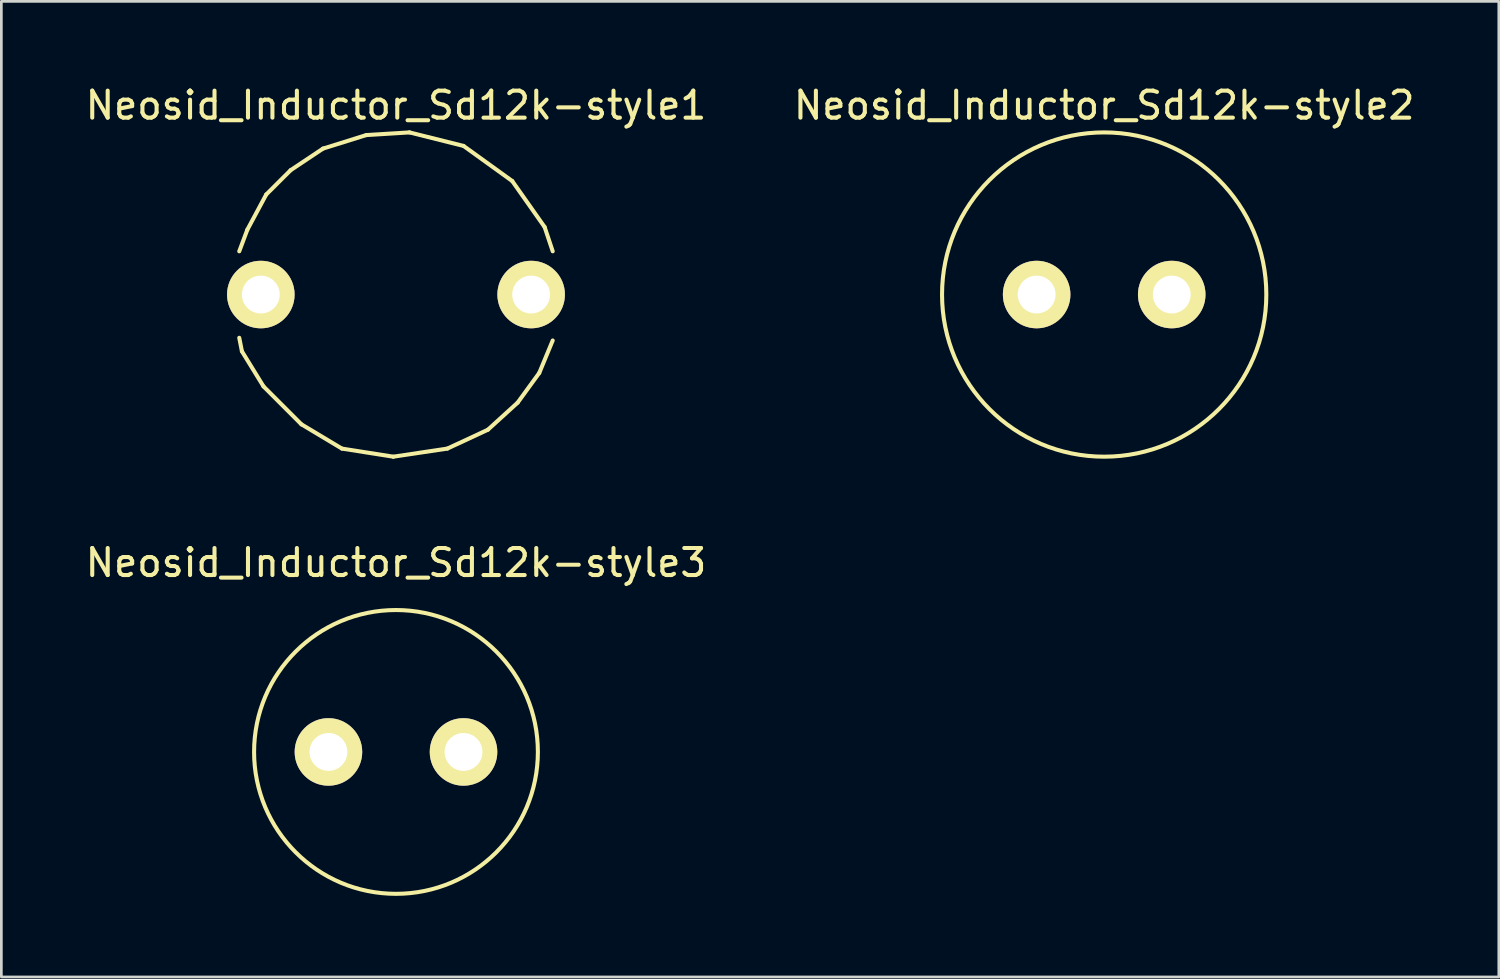
<source format=kicad_pcb>
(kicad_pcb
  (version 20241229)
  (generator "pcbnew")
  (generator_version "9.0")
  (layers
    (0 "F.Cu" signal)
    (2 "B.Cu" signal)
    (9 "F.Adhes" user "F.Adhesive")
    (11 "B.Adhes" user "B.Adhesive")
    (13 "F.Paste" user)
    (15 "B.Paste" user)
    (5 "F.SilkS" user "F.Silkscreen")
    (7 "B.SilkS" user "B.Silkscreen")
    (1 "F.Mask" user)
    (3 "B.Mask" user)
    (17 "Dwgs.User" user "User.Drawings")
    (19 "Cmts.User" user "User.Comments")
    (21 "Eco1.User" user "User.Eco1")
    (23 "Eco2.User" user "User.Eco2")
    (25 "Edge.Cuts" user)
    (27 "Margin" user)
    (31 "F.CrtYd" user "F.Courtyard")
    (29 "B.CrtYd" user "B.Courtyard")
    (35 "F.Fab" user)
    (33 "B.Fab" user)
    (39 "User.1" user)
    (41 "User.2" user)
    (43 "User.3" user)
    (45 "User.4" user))
  (footprint "Neosid_Inductor_Sd12k-style1"
    (layer "F.Cu")
    (at 11.601 7.848)
    (property "Reference" "Neosid_Inductor_Sd12k-style1" (at 0 -7 0) (layer "F.SilkS") (effects (font (size 1 1) (thickness 0.15))))
    (attr through_hole)
    (fp_line (start -5.799 -1.6) (end -5.499 -2.4) (stroke (width 0.15) (type solid)) (layer "F.SilkS"))
    (fp_line (start -5.7 2.101) (end -5.799 1.6) (stroke (width 0.15) (type solid)) (layer "F.SilkS"))
    (fp_line (start -5.499 -2.4) (end -4.801 -3.701) (stroke (width 0.15) (type solid)) (layer "F.SilkS"))
    (fp_line (start -4.9 3.401) (end -5.7 2.101) (stroke (width 0.15) (type solid)) (layer "F.SilkS"))
    (fp_line (start -4.801 -3.701) (end -3.899 -4.6) (stroke (width 0.15) (type solid)) (layer "F.SilkS"))
    (fp_line (start -3.899 -4.6) (end -2.7 -5.4) (stroke (width 0.15) (type solid)) (layer "F.SilkS"))
    (fp_line (start -3.5 4.801) (end -4.9 3.401) (stroke (width 0.15) (type solid)) (layer "F.SilkS"))
    (fp_line (start -2.7 -5.4) (end -1.1 -5.9) (stroke (width 0.15) (type solid)) (layer "F.SilkS"))
    (fp_line (start -1.999 5.7) (end -3.5 4.801) (stroke (width 0.15) (type solid)) (layer "F.SilkS"))
    (fp_line (start -1.1 -5.9) (end 0.5 -5.999) (stroke (width 0.15) (type solid)) (layer "F.SilkS"))
    (fp_line (start -0.099 5.999) (end -1.999 5.7) (stroke (width 0.15) (type solid)) (layer "F.SilkS"))
    (fp_line (start 0.5 -5.999) (end 2.499 -5.499) (stroke (width 0.15) (type solid)) (layer "F.SilkS"))
    (fp_line (start 1.9 5.7) (end -0.099 5.999) (stroke (width 0.15) (type solid)) (layer "F.SilkS"))
    (fp_line (start 2.499 -5.499) (end 4.3 -4.201) (stroke (width 0.15) (type solid)) (layer "F.SilkS"))
    (fp_line (start 3.401 5.001) (end 1.9 5.7) (stroke (width 0.15) (type solid)) (layer "F.SilkS"))
    (fp_line (start 4.3 -4.201) (end 5.499 -2.499) (stroke (width 0.15) (type solid)) (layer "F.SilkS"))
    (fp_line (start 4.501 4) (end 3.401 5.001) (stroke (width 0.15) (type solid)) (layer "F.SilkS"))
    (fp_line (start 5.301 2.901) (end 4.501 4) (stroke (width 0.15) (type solid)) (layer "F.SilkS"))
    (fp_line (start 5.499 -2.499) (end 5.799 -1.6) (stroke (width 0.15) (type solid)) (layer "F.SilkS"))
    (fp_line (start 5.799 1.699) (end 5.301 2.901) (stroke (width 0.15) (type solid)) (layer "F.SilkS"))
    (pad "1" thru_hole circle (at -5.001 0) (size 2.499 2.499) (drill 1.4) (layers "*.Cu" "*.Mask" "F.SilkS"))
    (pad "2" thru_hole circle (at 5.001 0) (size 2.499 2.499) (drill 1.4) (layers "*.Cu" "*.Mask" "F.SilkS")))
  (footprint "Neosid_Inductor_Sd12k-style2"
    (layer "F.Cu")
    (at 37.804 7.848)
    (property "Reference" "Neosid_Inductor_Sd12k-style2" (at 0 -7 0) (layer "F.SilkS") (effects (font (size 1 1) (thickness 0.15))))
    (attr through_hole)
    (fp_circle (center 0 0) (end 5.999 0) (stroke (width 0.15) (type solid)) (fill no) (layer "F.SilkS"))
    (pad "1" thru_hole circle (at -2.499 0) (size 2.499 2.499) (drill 1.4) (layers "*.Cu" "*.Mask" "F.SilkS"))
    (pad "2" thru_hole circle (at 2.499 0) (size 2.499 2.499) (drill 1.4) (layers "*.Cu" "*.Mask" "F.SilkS")))
  (footprint "Neosid_Inductor_Sd12k-style3"
    (layer "F.Cu")
    (at 11.601 24.771)
    (property "Reference" "Neosid_Inductor_Sd12k-style3" (at 0 -7 0) (layer "F.SilkS") (effects (font (size 1 1) (thickness 0.15))))
    (attr through_hole)
    (fp_circle (center 0 0) (end 5.25 0) (stroke (width 0.15) (type solid)) (fill no) (layer "F.SilkS"))
    (pad "1" thru_hole circle (at -2.499 0) (size 2.499 2.499) (drill 1.4) (layers "*.Cu" "*.Mask" "F.SilkS"))
    (pad "2" thru_hole circle (at 2.499 0) (size 2.499 2.499) (drill 1.4) (layers "*.Cu" "*.Mask" "F.SilkS")))
  (gr_rect
    (start -3 -3)
    (end 52.405 33.097)
    (stroke (width 0.1) (type default))
    (fill no)
    (layer "Edge.Cuts")))
</source>
